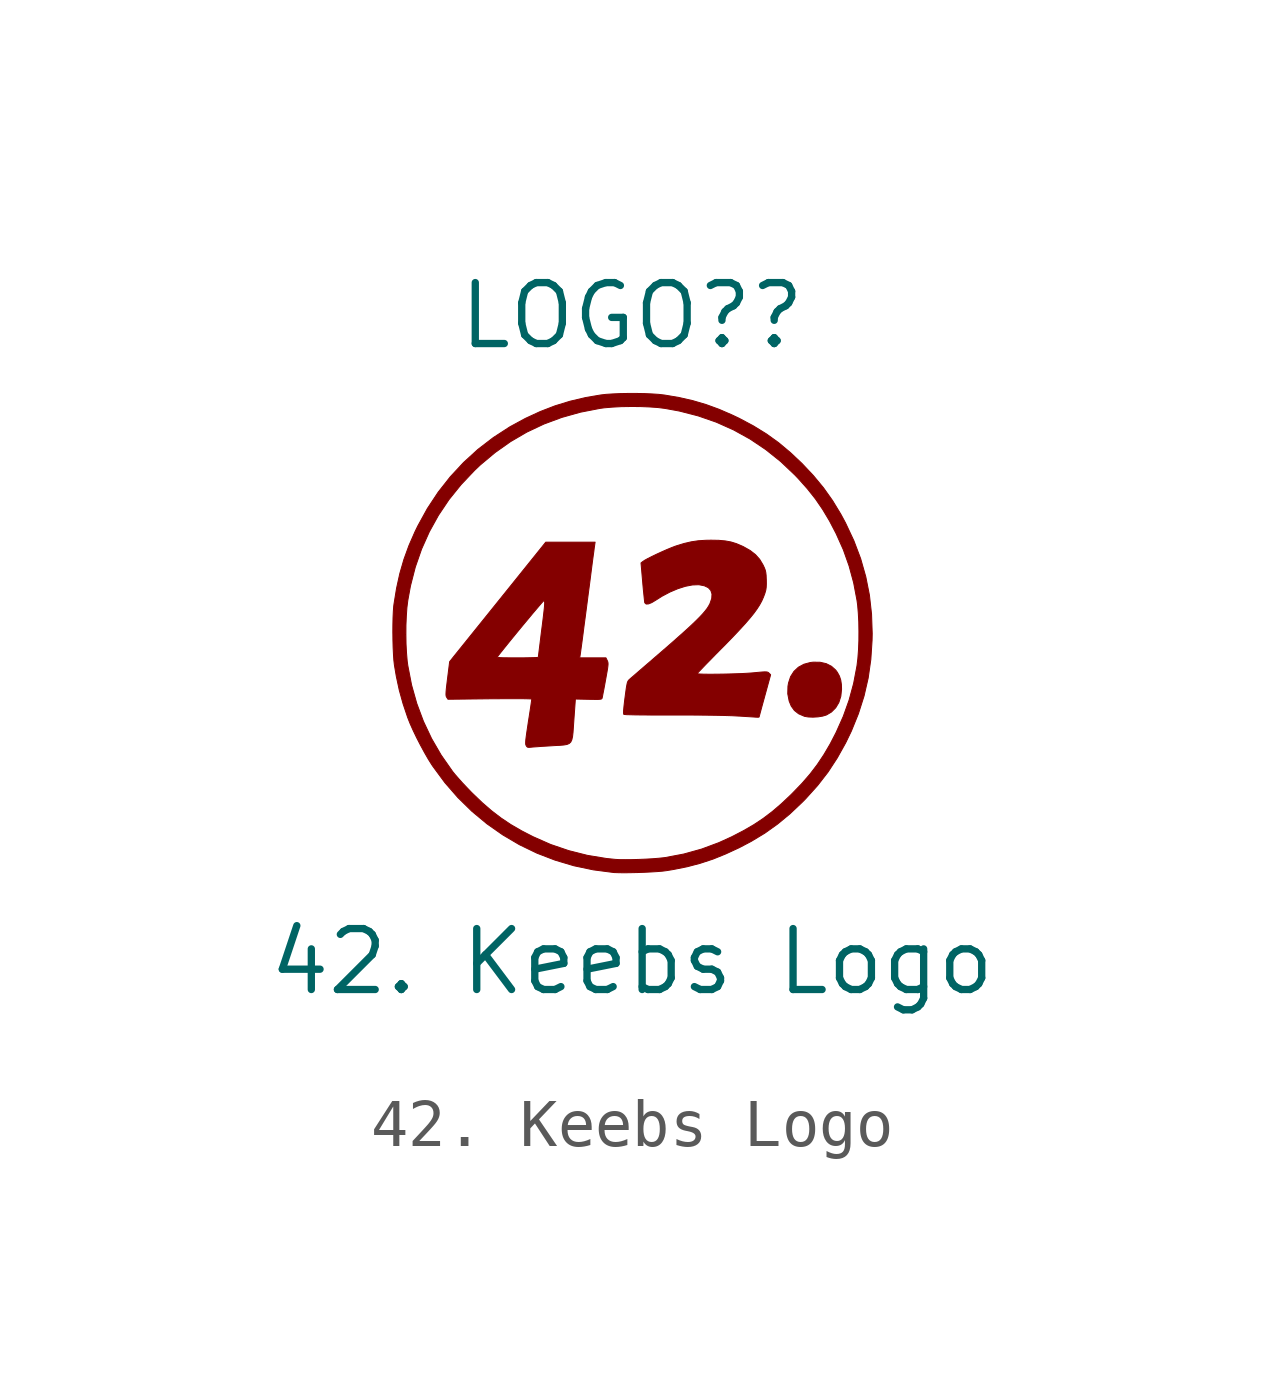
<source format=kicad_sym>
(kicad_symbol_lib
  (version 20211014)
  (generator kicad_symbol_editor)
  (symbol "42. Keebs Logo"
    (pin_names
      (offset 1.016))
    (property "Reference" "LOGO?"
      (at 0 6.604 0)
      (effects (font (size 1.27 1.27))))
    (property "Value" "42. Keebs Logo"
      (at 0 -6.858 0)
      (effects (font (size 1.27 1.27))))
    (symbol "42. Keebs Logo_0_0"
      (polyline (pts (xy 3.876 -1.756) (xy 3.974 -1.74) (xy 4.053 -1.716) (xy 4.156 -1.655) (xy 4.245 -1.566) (xy 4.311 -1.455) (xy 4.352 -1.325) (xy 4.367 -1.18) (xy 4.364 -1.083) (xy 4.35 -0.989) (xy 4.323 -0.907) (xy 4.279 -0.827) (xy 4.245 -0.781) (xy 4.157 -0.702) (xy 4.048 -0.647) (xy 3.92 -0.618) (xy 3.776 -0.616) (xy 3.717 -0.623) (xy 3.583 -0.659) (xy 3.468 -0.721) (xy 3.375 -0.808) (xy 3.305 -0.918) (xy 3.262 -1.049) (xy 3.25 -1.118) (xy 3.246 -1.275) (xy 3.275 -1.425) (xy 3.318 -1.53) (xy 3.384 -1.622) (xy 3.473 -1.692) (xy 3.588 -1.742) (xy 3.592 -1.744) (xy 3.672 -1.758) (xy 3.771 -1.762) (xy 3.876 -1.756)) (stroke (width 0.01) (type default) (color 0 0 0 0)) (fill (type outline)))
      (polyline (pts (xy -2.098 -2.388) (xy -2.095 -2.387) (xy -2.049 -2.383) (xy -1.976 -2.378) (xy -1.884 -2.371) (xy -1.78 -2.365) (xy -1.669 -2.358) (xy -1.61 -2.354) (xy -1.503 -2.349) (xy -1.42 -2.342) (xy -1.356 -2.331) (xy -1.309 -2.311) (xy -1.276 -2.28) (xy -1.254 -2.233) (xy -1.239 -2.167) (xy -1.229 -2.078) (xy -1.221 -1.962) (xy -1.211 -1.817) (xy -1.18 -1.384) (xy -0.906 -1.39) (xy -0.855 -1.391) (xy -0.766 -1.392) (xy -0.705 -1.392) (xy -0.664 -1.389) (xy -0.64 -1.384) (xy -0.628 -1.376) (xy -0.623 -1.364) (xy -0.622 -1.361) (xy -0.615 -1.329) (xy -0.604 -1.269) (xy -0.588 -1.189) (xy -0.57 -1.093) (xy -0.551 -0.987) (xy -0.54 -0.926) (xy -0.522 -0.825) (xy -0.509 -0.749) (xy -0.502 -0.694) (xy -0.499 -0.655) (xy -0.501 -0.627) (xy -0.506 -0.605) (xy -0.515 -0.584) (xy -0.543 -0.526) (xy -1.09 -0.526) (xy -1.081 -0.471) (xy -1.08 -0.465) (xy -1.074 -0.426) (xy -1.065 -0.358) (xy -1.052 -0.264) (xy -1.036 -0.146) (xy -1.018 -0.007) (xy -0.998 0.15) (xy -0.975 0.321) (xy -0.951 0.504) (xy -0.926 0.696) (xy -0.916 0.775) (xy -0.891 0.963) (xy -0.868 1.14) (xy -0.847 1.305) (xy -0.828 1.452) (xy -0.811 1.581) (xy -0.796 1.688) (xy -0.786 1.77) (xy -0.778 1.823) (xy -0.775 1.847) (xy -0.769 1.885) (xy -1.797 1.885) (xy -2.799 0.639) (xy -3.72 -0.505) (xy -2.806 -0.505) (xy -2.799 -0.496) (xy -2.743 -0.424) (xy -2.675 -0.339) (xy -2.597 -0.242) (xy -2.512 -0.137) (xy -2.422 -0.027) (xy -2.331 0.084) (xy -2.24 0.194) (xy -2.152 0.299) (xy -2.071 0.397) (xy -1.997 0.484) (xy -1.935 0.557) (xy -1.886 0.614) (xy -1.854 0.649) (xy -1.84 0.662) (xy -1.839 0.662) (xy -1.831 0.661) (xy -1.824 0.654) (xy -1.821 0.639) (xy -1.82 0.612) (xy -1.822 0.571) (xy -1.827 0.512) (xy -1.836 0.432) (xy -1.848 0.328) (xy -1.864 0.196) (xy -1.885 0.034) (xy -1.894 -0.037) (xy -1.909 -0.162) (xy -1.923 -0.275) (xy -1.935 -0.371) (xy -1.944 -0.445) (xy -1.95 -0.494) (xy -1.952 -0.514) (xy -1.965 -0.517) (xy -2.008 -0.52) (xy -2.076 -0.522) (xy -2.165 -0.524) (xy -2.27 -0.526) (xy -2.388 -0.526) (xy -2.495 -0.526) (xy -2.608 -0.525) (xy -2.692 -0.524) (xy -2.751 -0.521) (xy -2.788 -0.517) (xy -2.805 -0.512) (xy -2.806 -0.505) (xy -3.72 -0.505) (xy -3.8 -0.606) (xy -3.844 -0.958) (xy -3.846 -0.974) (xy -3.86 -1.089) (xy -3.87 -1.175) (xy -3.875 -1.238) (xy -3.877 -1.282) (xy -3.875 -1.313) (xy -3.87 -1.333) (xy -3.861 -1.349) (xy -3.835 -1.389) (xy -2.962 -1.379) (xy -2.785 -1.378) (xy -2.615 -1.377) (xy -2.464 -1.377) (xy -2.335 -1.377) (xy -2.231 -1.378) (xy -2.153 -1.38) (xy -2.105 -1.382) (xy -2.088 -1.385) (xy -2.088 -1.385) (xy -2.091 -1.407) (xy -2.098 -1.456) (xy -2.109 -1.531) (xy -2.123 -1.625) (xy -2.14 -1.735) (xy -2.159 -1.855) (xy -2.176 -1.97) (xy -2.193 -2.083) (xy -2.205 -2.17) (xy -2.213 -2.235) (xy -2.216 -2.282) (xy -2.216 -2.315) (xy -2.213 -2.337) (xy -2.206 -2.353) (xy -2.197 -2.369) (xy -2.179 -2.387) (xy -2.149 -2.392) (xy -2.098 -2.388)) (stroke (width 0.01) (type default) (color 0 0 0 0)) (fill (type outline)))
      (polyline (pts (xy 2.649 -1.759) (xy 2.653 -1.742) (xy 2.665 -1.696) (xy 2.684 -1.626) (xy 2.708 -1.537) (xy 2.737 -1.432) (xy 2.769 -1.315) (xy 2.889 -0.878) (xy 2.855 -0.844) (xy 2.853 -0.842) (xy 2.84 -0.83) (xy 2.824 -0.823) (xy 2.801 -0.819) (xy 2.765 -0.818) (xy 2.711 -0.821) (xy 2.633 -0.828) (xy 2.527 -0.838) (xy 2.494 -0.841) (xy 2.404 -0.847) (xy 2.298 -0.853) (xy 2.181 -0.857) (xy 2.057 -0.861) (xy 1.93 -0.864) (xy 1.806 -0.866) (xy 1.688 -0.867) (xy 1.581 -0.867) (xy 1.49 -0.866) (xy 1.42 -0.863) (xy 1.375 -0.86) (xy 1.358 -0.855) (xy 1.36 -0.851) (xy 1.381 -0.828) (xy 1.423 -0.784) (xy 1.482 -0.722) (xy 1.556 -0.645) (xy 1.644 -0.556) (xy 1.741 -0.456) (xy 1.847 -0.349) (xy 1.958 -0.237) (xy 2.114 -0.076) (xy 2.248 0.066) (xy 2.362 0.191) (xy 2.458 0.302) (xy 2.539 0.402) (xy 2.605 0.493) (xy 2.659 0.577) (xy 2.703 0.657) (xy 2.738 0.736) (xy 2.768 0.815) (xy 2.773 0.832) (xy 2.789 0.889) (xy 2.797 0.946) (xy 2.8 1.014) (xy 2.799 1.105) (xy 2.798 1.113) (xy 2.795 1.194) (xy 2.788 1.254) (xy 2.777 1.302) (xy 2.758 1.352) (xy 2.729 1.413) (xy 2.66 1.528) (xy 2.572 1.626) (xy 2.461 1.712) (xy 2.321 1.791) (xy 2.291 1.805) (xy 2.176 1.854) (xy 2.063 1.889) (xy 1.943 1.911) (xy 1.807 1.923) (xy 1.647 1.926) (xy 1.537 1.924) (xy 1.381 1.914) (xy 1.234 1.892) (xy 1.084 1.857) (xy 0.918 1.806) (xy 0.895 1.798) (xy 0.815 1.767) (xy 0.721 1.728) (xy 0.62 1.683) (xy 0.517 1.636) (xy 0.42 1.589) (xy 0.334 1.546) (xy 0.267 1.509) (xy 0.225 1.481) (xy 0.188 1.452) (xy 0.222 1.061) (xy 0.227 1.001) (xy 0.237 0.892) (xy 0.247 0.795) (xy 0.255 0.716) (xy 0.261 0.66) (xy 0.264 0.632) (xy 0.269 0.619) (xy 0.296 0.595) (xy 0.344 0.598) (xy 0.413 0.626) (xy 0.504 0.681) (xy 0.627 0.759) (xy 0.792 0.846) (xy 0.955 0.915) (xy 1.112 0.965) (xy 1.257 0.993) (xy 1.385 0.998) (xy 1.399 0.997) (xy 1.508 0.976) (xy 1.59 0.937) (xy 1.643 0.879) (xy 1.667 0.804) (xy 1.662 0.713) (xy 1.626 0.607) (xy 1.622 0.599) (xy 1.597 0.553) (xy 1.565 0.503) (xy 1.524 0.45) (xy 1.472 0.389) (xy 1.408 0.321) (xy 1.33 0.243) (xy 1.236 0.153) (xy 1.124 0.05) (xy 0.993 -0.067) (xy 0.841 -0.202) (xy 0.666 -0.354) (xy 0.467 -0.526) (xy 0.375 -0.606) (xy 0.271 -0.695) (xy 0.176 -0.777) (xy 0.094 -0.848) (xy 0.027 -0.906) (xy -0.021 -0.947) (xy -0.046 -0.969) (xy -0.06 -0.981) (xy -0.075 -0.998) (xy -0.087 -1.018) (xy -0.098 -1.047) (xy -0.107 -1.09) (xy -0.118 -1.152) (xy -0.13 -1.237) (xy -0.145 -1.351) (xy -0.153 -1.412) (xy -0.167 -1.534) (xy -0.175 -1.623) (xy -0.176 -1.679) (xy -0.172 -1.703) (xy -0.157 -1.706) (xy -0.108 -1.71) (xy -0.026 -1.712) (xy 0.087 -1.715) (xy 0.233 -1.716) (xy 0.409 -1.718) (xy 0.616 -1.718) (xy 0.852 -1.718) (xy 0.966 -1.718) (xy 1.253 -1.718) (xy 1.509 -1.72) (xy 1.734 -1.723) (xy 1.927 -1.727) (xy 2.088 -1.732) (xy 2.216 -1.739) (xy 2.245 -1.74) (xy 2.352 -1.747) (xy 2.448 -1.753) (xy 2.526 -1.758) (xy 2.583 -1.762) (xy 2.61 -1.763) (xy 2.634 -1.763) (xy 2.649 -1.759)) (stroke (width 0.01) (type default) (color 0 0 0 0)) (fill (type outline)))
      (polyline (pts (xy -0.033 -5.003) (xy 0.11 -5) (xy 0.256 -4.995) (xy 0.397 -4.988) (xy 0.526 -4.98) (xy 0.637 -4.971) (xy 0.722 -4.96) (xy 0.861 -4.937) (xy 1.151 -4.879) (xy 1.423 -4.807) (xy 1.688 -4.72) (xy 1.954 -4.612) (xy 2.233 -4.483) (xy 2.484 -4.351) (xy 2.767 -4.18) (xy 3.032 -3.991) (xy 3.288 -3.78) (xy 3.541 -3.541) (xy 3.622 -3.459) (xy 3.868 -3.186) (xy 4.085 -2.906) (xy 4.278 -2.611) (xy 4.453 -2.297) (xy 4.571 -2.053) (xy 4.719 -1.688) (xy 4.836 -1.32) (xy 4.922 -0.945) (xy 4.977 -0.56) (xy 5.003 -0.161) (xy 5.006 -0.019) (xy 4.992 0.386) (xy 4.948 0.78) (xy 4.872 1.164) (xy 4.765 1.541) (xy 4.624 1.914) (xy 4.45 2.285) (xy 4.351 2.469) (xy 4.179 2.752) (xy 3.991 3.017) (xy 3.78 3.272) (xy 3.542 3.525) (xy 3.302 3.751) (xy 3.055 3.958) (xy 2.799 4.142) (xy 2.528 4.309) (xy 2.233 4.466) (xy 2.092 4.533) (xy 1.816 4.653) (xy 1.545 4.752) (xy 1.27 4.833) (xy 0.982 4.899) (xy 0.671 4.952) (xy 0.668 4.952) (xy 0.556 4.965) (xy 0.417 4.974) (xy 0.261 4.981) (xy 0.092 4.984) (xy -0.079 4.984) (xy -0.247 4.981) (xy -0.404 4.974) (xy -0.542 4.965) (xy -0.654 4.952) (xy -0.964 4.899) (xy -1.291 4.822) (xy -1.604 4.726) (xy -1.912 4.607) (xy -2.224 4.463) (xy -2.544 4.289) (xy -2.888 4.066) (xy -3.211 3.818) (xy -3.51 3.545) (xy -3.786 3.248) (xy -4.038 2.928) (xy -4.264 2.586) (xy -4.463 2.224) (xy -4.523 2.101) (xy -4.649 1.813) (xy -4.753 1.527) (xy -4.838 1.234) (xy -4.906 0.926) (xy -4.96 0.594) (xy -4.966 0.548) (xy -4.974 0.439) (xy -4.98 0.307) (xy -4.983 0.16) (xy -4.984 0.003) (xy -4.983 -0.043) (xy -4.712 -0.043) (xy -4.711 0.155) (xy -4.703 0.346) (xy -4.691 0.521) (xy -4.672 0.671) (xy -4.617 0.972) (xy -4.516 1.365) (xy -4.385 1.741) (xy -4.224 2.101) (xy -4.034 2.444) (xy -3.814 2.772) (xy -3.563 3.083) (xy -3.283 3.379) (xy -3.162 3.494) (xy -2.854 3.752) (xy -2.531 3.98) (xy -2.192 4.178) (xy -1.836 4.346) (xy -1.464 4.484) (xy -1.076 4.593) (xy -0.671 4.672) (xy -0.576 4.685) (xy -0.409 4.699) (xy -0.223 4.709) (xy -0.026 4.712) (xy 0.172 4.711) (xy 0.363 4.703) (xy 0.537 4.691) (xy 0.688 4.672) (xy 0.988 4.617) (xy 1.38 4.516) (xy 1.757 4.385) (xy 2.117 4.224) (xy 2.462 4.033) (xy 2.789 3.813) (xy 3.101 3.563) (xy 3.396 3.283) (xy 3.465 3.211) (xy 3.655 2.998) (xy 3.823 2.786) (xy 3.975 2.564) (xy 4.117 2.326) (xy 4.254 2.063) (xy 4.404 1.728) (xy 4.524 1.39) (xy 4.619 1.04) (xy 4.689 0.671) (xy 4.702 0.576) (xy 4.716 0.409) (xy 4.726 0.223) (xy 4.729 0.026) (xy 4.728 -0.172) (xy 4.72 -0.363) (xy 4.707 -0.538) (xy 4.689 -0.688) (xy 4.689 -0.69) (xy 4.619 -1.058) (xy 4.524 -1.408) (xy 4.403 -1.746) (xy 4.254 -2.08) (xy 4.13 -2.32) (xy 3.999 -2.543) (xy 3.861 -2.75) (xy 3.711 -2.947) (xy 3.541 -3.143) (xy 3.346 -3.345) (xy 3.31 -3.381) (xy 3.114 -3.566) (xy 2.924 -3.729) (xy 2.734 -3.873) (xy 2.535 -4.005) (xy 2.319 -4.13) (xy 2.08 -4.254) (xy 1.81 -4.377) (xy 1.45 -4.511) (xy 1.08 -4.614) (xy 0.696 -4.687) (xy 0.658 -4.692) (xy 0.552 -4.703) (xy 0.424 -4.713) (xy 0.283 -4.721) (xy 0.137 -4.727) (xy -0.008 -4.731) (xy -0.142 -4.732) (xy -0.258 -4.731) (xy -0.348 -4.726) (xy -0.533 -4.707) (xy -0.929 -4.642) (xy -1.317 -4.544) (xy -1.696 -4.415) (xy -2.063 -4.253) (xy -2.302 -4.13) (xy -2.526 -4) (xy -2.732 -3.862) (xy -2.929 -3.711) (xy -3.125 -3.541) (xy -3.328 -3.346) (xy -3.352 -3.322) (xy -3.443 -3.227) (xy -3.534 -3.131) (xy -3.617 -3.038) (xy -3.688 -2.956) (xy -3.741 -2.891) (xy -3.744 -2.886) (xy -3.977 -2.553) (xy -4.177 -2.208) (xy -4.346 -1.85) (xy -4.485 -1.478) (xy -4.594 -1.091) (xy -4.672 -0.688) (xy -4.685 -0.593) (xy -4.699 -0.426) (xy -4.709 -0.24) (xy -4.712 -0.043) (xy -4.983 -0.043) (xy -4.982 -0.156) (xy -4.978 -0.31) (xy -4.971 -0.452) (xy -4.963 -0.574) (xy -4.952 -0.671) (xy -4.912 -0.909) (xy -4.85 -1.198) (xy -4.771 -1.482) (xy -4.673 -1.774) (xy -4.672 -1.776) (xy -4.624 -1.897) (xy -4.561 -2.038) (xy -4.488 -2.19) (xy -4.408 -2.345) (xy -4.326 -2.496) (xy -4.247 -2.634) (xy -4.174 -2.751) (xy -4.146 -2.792) (xy -3.899 -3.127) (xy -3.628 -3.438) (xy -3.337 -3.723) (xy -3.025 -3.983) (xy -2.694 -4.215) (xy -2.346 -4.42) (xy -1.982 -4.596) (xy -1.603 -4.742) (xy -1.21 -4.859) (xy -0.806 -4.944) (xy -0.391 -4.998) (xy -0.371 -5) (xy -0.28 -5.003) (xy -0.165 -5.005) (xy -0.033 -5.003)) (stroke (width 0.01) (type default) (color 0 0 0 0)) (fill (type outline))))))
</source>
